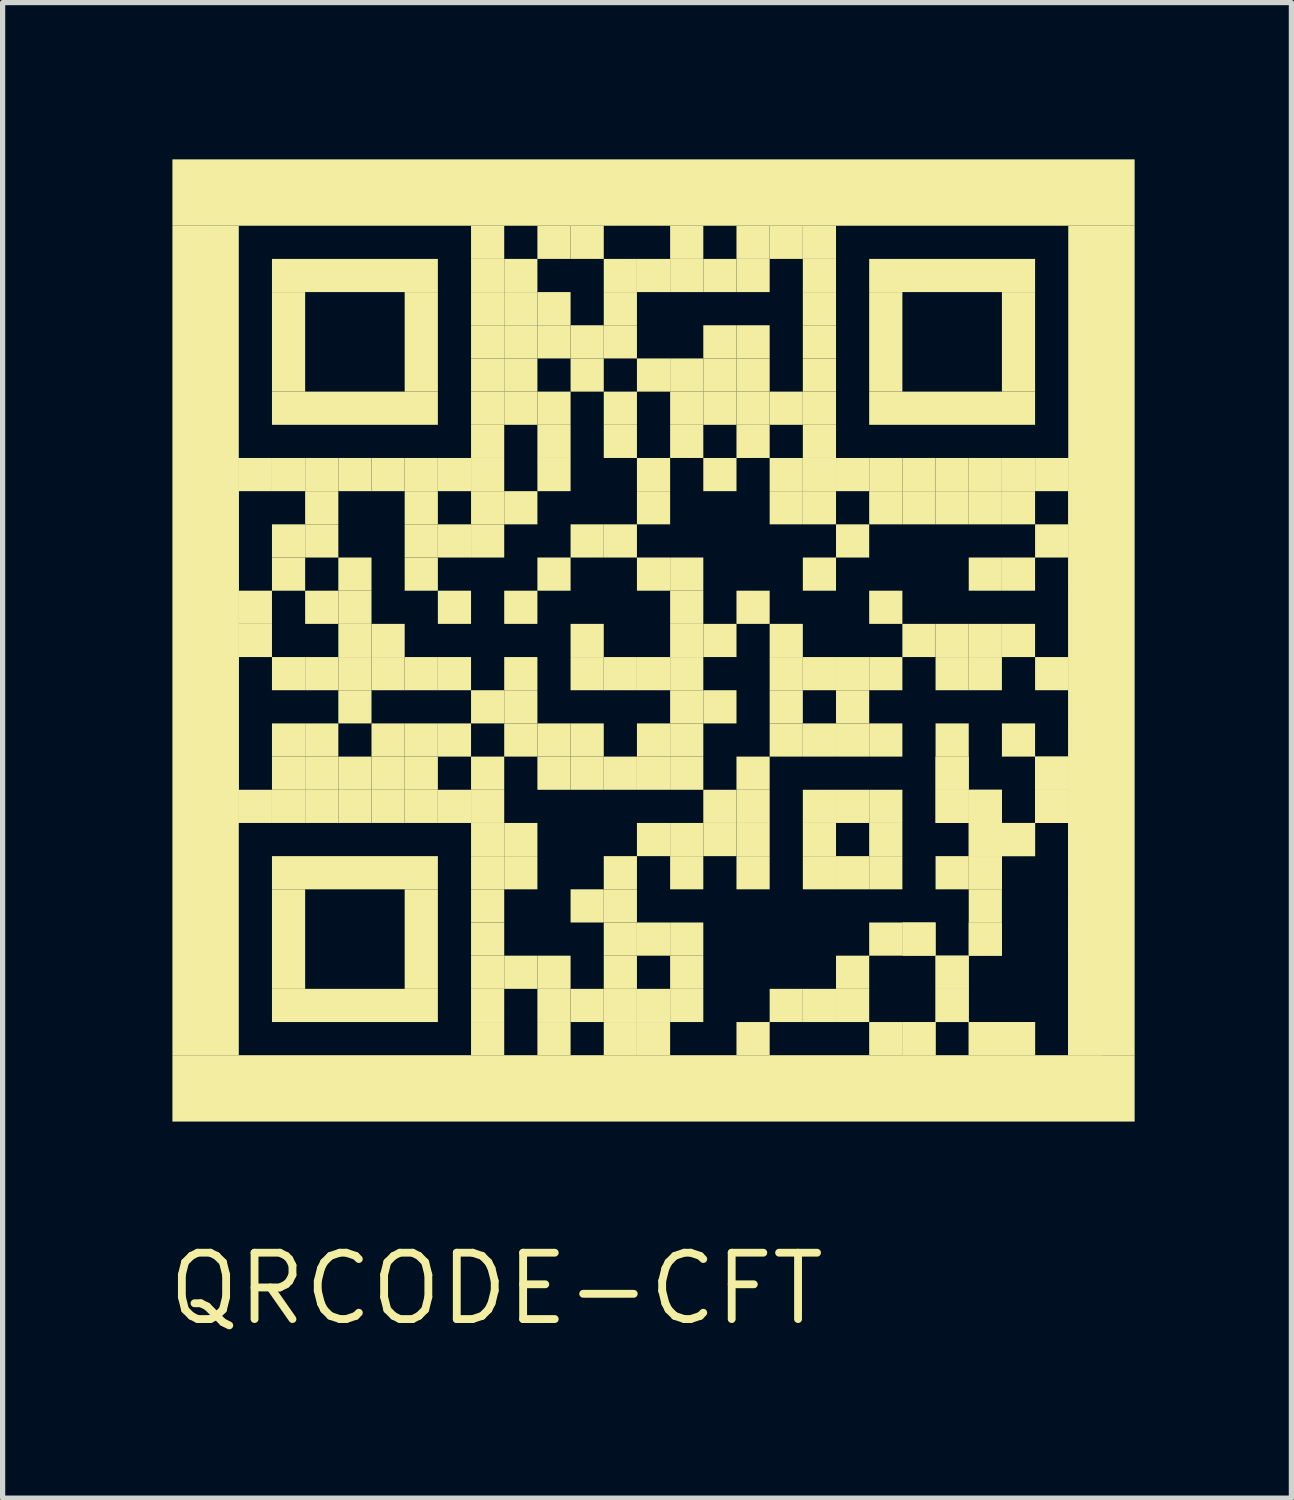
<source format=kicad_pcb>
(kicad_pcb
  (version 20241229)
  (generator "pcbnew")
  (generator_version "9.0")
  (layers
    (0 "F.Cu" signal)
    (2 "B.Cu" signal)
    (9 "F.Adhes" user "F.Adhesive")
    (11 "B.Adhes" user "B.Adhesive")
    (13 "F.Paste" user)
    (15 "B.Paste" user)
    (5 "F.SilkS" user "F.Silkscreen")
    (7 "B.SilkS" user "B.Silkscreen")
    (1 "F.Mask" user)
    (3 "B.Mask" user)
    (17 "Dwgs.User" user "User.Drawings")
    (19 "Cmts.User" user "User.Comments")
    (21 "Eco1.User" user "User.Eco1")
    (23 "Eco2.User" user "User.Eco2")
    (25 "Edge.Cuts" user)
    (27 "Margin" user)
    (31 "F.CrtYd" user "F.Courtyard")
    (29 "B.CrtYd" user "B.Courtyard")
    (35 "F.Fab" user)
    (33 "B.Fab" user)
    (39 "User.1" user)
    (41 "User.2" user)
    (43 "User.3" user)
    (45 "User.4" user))
  (footprint "QRCODE-CFT"
    (layer "F.Cu")
    (at 0.25 18.415)
    (property "Reference" "QRCODE-CFT" (at 6.198 3.2 0) (layer "F.SilkS") (effects (font (size 1.27 1.27) (thickness 0.15))))
    (attr through_hole)
    (fp_poly (pts (xy 0 -17.145) (xy 18.415 -17.145) (xy 18.415 -18.415) (xy 0 -18.415)) (stroke (width 0) (type solid)) (fill yes) (layer "F.SilkS"))
    (fp_poly (pts (xy 0 -1.27) (xy 1.27 -1.27) (xy 1.27 -17.145) (xy 0 -17.145)) (stroke (width 0) (type solid)) (fill yes) (layer "F.SilkS"))
    (fp_poly (pts (xy 0 0) (xy 18.415 0) (xy 18.415 -1.27) (xy 0 -1.27)) (stroke (width 0) (type solid)) (fill yes) (layer "F.SilkS"))
    (fp_poly (pts (xy 1.27 -12.065) (xy 1.27 -12.7) (xy 0.635 -12.7) (xy 0.635 -12.065)) (stroke (width 0) (type solid)) (fill yes) (layer "F.SilkS"))
    (fp_poly (pts (xy 1.27 -11.43) (xy 1.27 -12.065) (xy 0.635 -12.065) (xy 0.635 -11.43)) (stroke (width 0) (type solid)) (fill yes) (layer "F.SilkS"))
    (fp_poly (pts (xy 1.27 -10.795) (xy 1.27 -11.43) (xy 0.635 -11.43) (xy 0.635 -10.795)) (stroke (width 0) (type solid)) (fill yes) (layer "F.SilkS"))
    (fp_poly (pts (xy 1.27 -10.16) (xy 1.27 -10.795) (xy 0.635 -10.795) (xy 0.635 -10.16)) (stroke (width 0) (type solid)) (fill yes) (layer "F.SilkS"))
    (fp_poly (pts (xy 1.27 -9.525) (xy 1.27 -10.16) (xy 0.635 -10.16) (xy 0.635 -9.525)) (stroke (width 0) (type solid)) (fill yes) (layer "F.SilkS"))
    (fp_poly (pts (xy 1.27 -8.89) (xy 1.27 -9.525) (xy 0.635 -9.525) (xy 0.635 -8.89)) (stroke (width 0) (type solid)) (fill yes) (layer "F.SilkS"))
    (fp_poly (pts (xy 1.27 -8.255) (xy 1.27 -8.89) (xy 0.635 -8.89) (xy 0.635 -8.255)) (stroke (width 0) (type solid)) (fill yes) (layer "F.SilkS"))
    (fp_poly (pts (xy 1.27 -7.62) (xy 1.27 -8.255) (xy 0.635 -8.255) (xy 0.635 -7.62)) (stroke (width 0) (type solid)) (fill yes) (layer "F.SilkS"))
    (fp_poly (pts (xy 1.27 -6.985) (xy 1.27 -7.62) (xy 0.635 -7.62) (xy 0.635 -6.985)) (stroke (width 0) (type solid)) (fill yes) (layer "F.SilkS"))
    (fp_poly (pts (xy 1.27 -6.35) (xy 1.27 -6.985) (xy 0.635 -6.985) (xy 0.635 -6.35)) (stroke (width 0) (type solid)) (fill yes) (layer "F.SilkS"))
    (fp_poly (pts (xy 1.27 -5.715) (xy 1.27 -6.35) (xy 0.635 -6.35) (xy 0.635 -5.715)) (stroke (width 0) (type solid)) (fill yes) (layer "F.SilkS"))
    (fp_poly (pts (xy 1.905 -15.875) (xy 5.08 -15.875) (xy 5.08 -16.51) (xy 1.905 -16.51)) (stroke (width 0) (type solid)) (fill yes) (layer "F.SilkS"))
    (fp_poly (pts (xy 1.905 -13.97) (xy 2.54 -13.97) (xy 2.54 -15.875) (xy 1.905 -15.875)) (stroke (width 0) (type solid)) (fill yes) (layer "F.SilkS"))
    (fp_poly (pts (xy 1.905 -13.335) (xy 5.08 -13.335) (xy 5.08 -13.97) (xy 1.905 -13.97)) (stroke (width 0) (type solid)) (fill yes) (layer "F.SilkS"))
    (fp_poly (pts (xy 1.905 -12.065) (xy 1.905 -12.7) (xy 1.27 -12.7) (xy 1.27 -12.065)) (stroke (width 0) (type solid)) (fill yes) (layer "F.SilkS"))
    (fp_poly (pts (xy 1.905 -9.525) (xy 1.905 -10.16) (xy 1.27 -10.16) (xy 1.27 -9.525)) (stroke (width 0) (type solid)) (fill yes) (layer "F.SilkS"))
    (fp_poly (pts (xy 1.905 -8.89) (xy 1.905 -9.525) (xy 1.27 -9.525) (xy 1.27 -8.89)) (stroke (width 0) (type solid)) (fill yes) (layer "F.SilkS"))
    (fp_poly (pts (xy 1.905 -5.715) (xy 1.905 -6.35) (xy 1.27 -6.35) (xy 1.27 -5.715)) (stroke (width 0) (type solid)) (fill yes) (layer "F.SilkS"))
    (fp_poly (pts (xy 1.905 -4.445) (xy 5.08 -4.445) (xy 5.08 -5.08) (xy 1.905 -5.08)) (stroke (width 0) (type solid)) (fill yes) (layer "F.SilkS"))
    (fp_poly (pts (xy 1.905 -2.54) (xy 2.54 -2.54) (xy 2.54 -4.445) (xy 1.905 -4.445)) (stroke (width 0) (type solid)) (fill yes) (layer "F.SilkS"))
    (fp_poly (pts (xy 1.905 -1.905) (xy 5.08 -1.905) (xy 5.08 -2.54) (xy 1.905 -2.54)) (stroke (width 0) (type solid)) (fill yes) (layer "F.SilkS"))
    (fp_poly (pts (xy 2.54 -12.065) (xy 2.54 -12.7) (xy 1.905 -12.7) (xy 1.905 -12.065)) (stroke (width 0) (type solid)) (fill yes) (layer "F.SilkS"))
    (fp_poly (pts (xy 2.54 -10.795) (xy 2.54 -11.43) (xy 1.905 -11.43) (xy 1.905 -10.795)) (stroke (width 0) (type solid)) (fill yes) (layer "F.SilkS"))
    (fp_poly (pts (xy 2.54 -10.16) (xy 2.54 -10.795) (xy 1.905 -10.795) (xy 1.905 -10.16)) (stroke (width 0) (type solid)) (fill yes) (layer "F.SilkS"))
    (fp_poly (pts (xy 2.54 -8.255) (xy 2.54 -8.89) (xy 1.905 -8.89) (xy 1.905 -8.255)) (stroke (width 0) (type solid)) (fill yes) (layer "F.SilkS"))
    (fp_poly (pts (xy 2.54 -6.985) (xy 2.54 -7.62) (xy 1.905 -7.62) (xy 1.905 -6.985)) (stroke (width 0) (type solid)) (fill yes) (layer "F.SilkS"))
    (fp_poly (pts (xy 2.54 -6.35) (xy 2.54 -6.985) (xy 1.905 -6.985) (xy 1.905 -6.35)) (stroke (width 0) (type solid)) (fill yes) (layer "F.SilkS"))
    (fp_poly (pts (xy 2.54 -5.715) (xy 2.54 -6.35) (xy 1.905 -6.35) (xy 1.905 -5.715)) (stroke (width 0) (type solid)) (fill yes) (layer "F.SilkS"))
    (fp_poly (pts (xy 3.175 -12.065) (xy 3.175 -12.7) (xy 2.54 -12.7) (xy 2.54 -12.065)) (stroke (width 0) (type solid)) (fill yes) (layer "F.SilkS"))
    (fp_poly (pts (xy 3.175 -11.43) (xy 3.175 -12.065) (xy 2.54 -12.065) (xy 2.54 -11.43)) (stroke (width 0) (type solid)) (fill yes) (layer "F.SilkS"))
    (fp_poly (pts (xy 3.175 -10.795) (xy 3.175 -11.43) (xy 2.54 -11.43) (xy 2.54 -10.795)) (stroke (width 0) (type solid)) (fill yes) (layer "F.SilkS"))
    (fp_poly (pts (xy 3.175 -9.525) (xy 3.175 -10.16) (xy 2.54 -10.16) (xy 2.54 -9.525)) (stroke (width 0) (type solid)) (fill yes) (layer "F.SilkS"))
    (fp_poly (pts (xy 3.175 -8.255) (xy 3.175 -8.89) (xy 2.54 -8.89) (xy 2.54 -8.255)) (stroke (width 0) (type solid)) (fill yes) (layer "F.SilkS"))
    (fp_poly (pts (xy 3.175 -6.985) (xy 3.175 -7.62) (xy 2.54 -7.62) (xy 2.54 -6.985)) (stroke (width 0) (type solid)) (fill yes) (layer "F.SilkS"))
    (fp_poly (pts (xy 3.175 -6.35) (xy 3.175 -6.985) (xy 2.54 -6.985) (xy 2.54 -6.35)) (stroke (width 0) (type solid)) (fill yes) (layer "F.SilkS"))
    (fp_poly (pts (xy 3.175 -5.715) (xy 3.175 -6.35) (xy 2.54 -6.35) (xy 2.54 -5.715)) (stroke (width 0) (type solid)) (fill yes) (layer "F.SilkS"))
    (fp_poly (pts (xy 3.81 -12.065) (xy 3.81 -12.7) (xy 3.175 -12.7) (xy 3.175 -12.065)) (stroke (width 0) (type solid)) (fill yes) (layer "F.SilkS"))
    (fp_poly (pts (xy 3.81 -10.16) (xy 3.81 -10.795) (xy 3.175 -10.795) (xy 3.175 -10.16)) (stroke (width 0) (type solid)) (fill yes) (layer "F.SilkS"))
    (fp_poly (pts (xy 3.81 -9.525) (xy 3.81 -10.16) (xy 3.175 -10.16) (xy 3.175 -9.525)) (stroke (width 0) (type solid)) (fill yes) (layer "F.SilkS"))
    (fp_poly (pts (xy 3.81 -8.89) (xy 3.81 -9.525) (xy 3.175 -9.525) (xy 3.175 -8.89)) (stroke (width 0) (type solid)) (fill yes) (layer "F.SilkS"))
    (fp_poly (pts (xy 3.81 -8.255) (xy 3.81 -8.89) (xy 3.175 -8.89) (xy 3.175 -8.255)) (stroke (width 0) (type solid)) (fill yes) (layer "F.SilkS"))
    (fp_poly (pts (xy 3.81 -7.62) (xy 3.81 -8.255) (xy 3.175 -8.255) (xy 3.175 -7.62)) (stroke (width 0) (type solid)) (fill yes) (layer "F.SilkS"))
    (fp_poly (pts (xy 3.81 -6.35) (xy 3.81 -6.985) (xy 3.175 -6.985) (xy 3.175 -6.35)) (stroke (width 0) (type solid)) (fill yes) (layer "F.SilkS"))
    (fp_poly (pts (xy 3.81 -5.715) (xy 3.81 -6.35) (xy 3.175 -6.35) (xy 3.175 -5.715)) (stroke (width 0) (type solid)) (fill yes) (layer "F.SilkS"))
    (fp_poly (pts (xy 4.445 -13.97) (xy 5.08 -13.97) (xy 5.08 -15.875) (xy 4.445 -15.875)) (stroke (width 0) (type solid)) (fill yes) (layer "F.SilkS"))
    (fp_poly (pts (xy 4.445 -12.065) (xy 4.445 -12.7) (xy 3.81 -12.7) (xy 3.81 -12.065)) (stroke (width 0) (type solid)) (fill yes) (layer "F.SilkS"))
    (fp_poly (pts (xy 4.445 -8.89) (xy 4.445 -9.525) (xy 3.81 -9.525) (xy 3.81 -8.89)) (stroke (width 0) (type solid)) (fill yes) (layer "F.SilkS"))
    (fp_poly (pts (xy 4.445 -8.255) (xy 4.445 -8.89) (xy 3.81 -8.89) (xy 3.81 -8.255)) (stroke (width 0) (type solid)) (fill yes) (layer "F.SilkS"))
    (fp_poly (pts (xy 4.445 -6.985) (xy 4.445 -7.62) (xy 3.81 -7.62) (xy 3.81 -6.985)) (stroke (width 0) (type solid)) (fill yes) (layer "F.SilkS"))
    (fp_poly (pts (xy 4.445 -6.35) (xy 4.445 -6.985) (xy 3.81 -6.985) (xy 3.81 -6.35)) (stroke (width 0) (type solid)) (fill yes) (layer "F.SilkS"))
    (fp_poly (pts (xy 4.445 -5.715) (xy 4.445 -6.35) (xy 3.81 -6.35) (xy 3.81 -5.715)) (stroke (width 0) (type solid)) (fill yes) (layer "F.SilkS"))
    (fp_poly (pts (xy 4.445 -2.54) (xy 5.08 -2.54) (xy 5.08 -4.445) (xy 4.445 -4.445)) (stroke (width 0) (type solid)) (fill yes) (layer "F.SilkS"))
    (fp_poly (pts (xy 5.08 -12.065) (xy 5.08 -12.7) (xy 4.445 -12.7) (xy 4.445 -12.065)) (stroke (width 0) (type solid)) (fill yes) (layer "F.SilkS"))
    (fp_poly (pts (xy 5.08 -11.43) (xy 5.08 -12.065) (xy 4.445 -12.065) (xy 4.445 -11.43)) (stroke (width 0) (type solid)) (fill yes) (layer "F.SilkS"))
    (fp_poly (pts (xy 5.08 -10.795) (xy 5.08 -11.43) (xy 4.445 -11.43) (xy 4.445 -10.795)) (stroke (width 0) (type solid)) (fill yes) (layer "F.SilkS"))
    (fp_poly (pts (xy 5.08 -10.16) (xy 5.08 -10.795) (xy 4.445 -10.795) (xy 4.445 -10.16)) (stroke (width 0) (type solid)) (fill yes) (layer "F.SilkS"))
    (fp_poly (pts (xy 5.08 -8.255) (xy 5.08 -8.89) (xy 4.445 -8.89) (xy 4.445 -8.255)) (stroke (width 0) (type solid)) (fill yes) (layer "F.SilkS"))
    (fp_poly (pts (xy 5.08 -6.985) (xy 5.08 -7.62) (xy 4.445 -7.62) (xy 4.445 -6.985)) (stroke (width 0) (type solid)) (fill yes) (layer "F.SilkS"))
    (fp_poly (pts (xy 5.08 -6.35) (xy 5.08 -6.985) (xy 4.445 -6.985) (xy 4.445 -6.35)) (stroke (width 0) (type solid)) (fill yes) (layer "F.SilkS"))
    (fp_poly (pts (xy 5.08 -5.715) (xy 5.08 -6.35) (xy 4.445 -6.35) (xy 4.445 -5.715)) (stroke (width 0) (type solid)) (fill yes) (layer "F.SilkS"))
    (fp_poly (pts (xy 5.715 -12.065) (xy 5.715 -12.7) (xy 5.08 -12.7) (xy 5.08 -12.065)) (stroke (width 0) (type solid)) (fill yes) (layer "F.SilkS"))
    (fp_poly (pts (xy 5.715 -10.795) (xy 5.715 -11.43) (xy 5.08 -11.43) (xy 5.08 -10.795)) (stroke (width 0) (type solid)) (fill yes) (layer "F.SilkS"))
    (fp_poly (pts (xy 5.715 -9.525) (xy 5.715 -10.16) (xy 5.08 -10.16) (xy 5.08 -9.525)) (stroke (width 0) (type solid)) (fill yes) (layer "F.SilkS"))
    (fp_poly (pts (xy 5.715 -8.255) (xy 5.715 -8.89) (xy 5.08 -8.89) (xy 5.08 -8.255)) (stroke (width 0) (type solid)) (fill yes) (layer "F.SilkS"))
    (fp_poly (pts (xy 5.715 -6.985) (xy 5.715 -7.62) (xy 5.08 -7.62) (xy 5.08 -6.985)) (stroke (width 0) (type solid)) (fill yes) (layer "F.SilkS"))
    (fp_poly (pts (xy 5.715 -5.715) (xy 5.715 -6.35) (xy 5.08 -6.35) (xy 5.08 -5.715)) (stroke (width 0) (type solid)) (fill yes) (layer "F.SilkS"))
    (fp_poly (pts (xy 6.35 -16.51) (xy 6.35 -17.145) (xy 5.715 -17.145) (xy 5.715 -16.51)) (stroke (width 0) (type solid)) (fill yes) (layer "F.SilkS"))
    (fp_poly (pts (xy 6.35 -15.875) (xy 6.35 -16.51) (xy 5.715 -16.51) (xy 5.715 -15.875)) (stroke (width 0) (type solid)) (fill yes) (layer "F.SilkS"))
    (fp_poly (pts (xy 6.35 -15.24) (xy 6.35 -15.875) (xy 5.715 -15.875) (xy 5.715 -15.24)) (stroke (width 0) (type solid)) (fill yes) (layer "F.SilkS"))
    (fp_poly (pts (xy 6.35 -14.605) (xy 6.35 -15.24) (xy 5.715 -15.24) (xy 5.715 -14.605)) (stroke (width 0) (type solid)) (fill yes) (layer "F.SilkS"))
    (fp_poly (pts (xy 6.35 -13.97) (xy 6.35 -14.605) (xy 5.715 -14.605) (xy 5.715 -13.97)) (stroke (width 0) (type solid)) (fill yes) (layer "F.SilkS"))
    (fp_poly (pts (xy 6.35 -13.335) (xy 6.35 -13.97) (xy 5.715 -13.97) (xy 5.715 -13.335)) (stroke (width 0) (type solid)) (fill yes) (layer "F.SilkS"))
    (fp_poly (pts (xy 6.35 -12.7) (xy 6.35 -13.335) (xy 5.715 -13.335) (xy 5.715 -12.7)) (stroke (width 0) (type solid)) (fill yes) (layer "F.SilkS"))
    (fp_poly (pts (xy 6.35 -12.065) (xy 6.35 -12.7) (xy 5.715 -12.7) (xy 5.715 -12.065)) (stroke (width 0) (type solid)) (fill yes) (layer "F.SilkS"))
    (fp_poly (pts (xy 6.35 -11.43) (xy 6.35 -12.065) (xy 5.715 -12.065) (xy 5.715 -11.43)) (stroke (width 0) (type solid)) (fill yes) (layer "F.SilkS"))
    (fp_poly (pts (xy 6.35 -10.795) (xy 6.35 -11.43) (xy 5.715 -11.43) (xy 5.715 -10.795)) (stroke (width 0) (type solid)) (fill yes) (layer "F.SilkS"))
    (fp_poly (pts (xy 6.35 -7.62) (xy 6.35 -8.255) (xy 5.715 -8.255) (xy 5.715 -7.62)) (stroke (width 0) (type solid)) (fill yes) (layer "F.SilkS"))
    (fp_poly (pts (xy 6.35 -6.35) (xy 6.35 -6.985) (xy 5.715 -6.985) (xy 5.715 -6.35)) (stroke (width 0) (type solid)) (fill yes) (layer "F.SilkS"))
    (fp_poly (pts (xy 6.35 -5.715) (xy 6.35 -6.35) (xy 5.715 -6.35) (xy 5.715 -5.715)) (stroke (width 0) (type solid)) (fill yes) (layer "F.SilkS"))
    (fp_poly (pts (xy 6.35 -5.08) (xy 6.35 -5.715) (xy 5.715 -5.715) (xy 5.715 -5.08)) (stroke (width 0) (type solid)) (fill yes) (layer "F.SilkS"))
    (fp_poly (pts (xy 6.35 -4.445) (xy 6.35 -5.08) (xy 5.715 -5.08) (xy 5.715 -4.445)) (stroke (width 0) (type solid)) (fill yes) (layer "F.SilkS"))
    (fp_poly (pts (xy 6.35 -3.81) (xy 6.35 -4.445) (xy 5.715 -4.445) (xy 5.715 -3.81)) (stroke (width 0) (type solid)) (fill yes) (layer "F.SilkS"))
    (fp_poly (pts (xy 6.35 -3.175) (xy 6.35 -3.81) (xy 5.715 -3.81) (xy 5.715 -3.175)) (stroke (width 0) (type solid)) (fill yes) (layer "F.SilkS"))
    (fp_poly (pts (xy 6.35 -2.54) (xy 6.35 -3.175) (xy 5.715 -3.175) (xy 5.715 -2.54)) (stroke (width 0) (type solid)) (fill yes) (layer "F.SilkS"))
    (fp_poly (pts (xy 6.35 -1.905) (xy 6.35 -2.54) (xy 5.715 -2.54) (xy 5.715 -1.905)) (stroke (width 0) (type solid)) (fill yes) (layer "F.SilkS"))
    (fp_poly (pts (xy 6.35 -1.27) (xy 6.35 -1.905) (xy 5.715 -1.905) (xy 5.715 -1.27)) (stroke (width 0) (type solid)) (fill yes) (layer "F.SilkS"))
    (fp_poly (pts (xy 6.985 -15.875) (xy 6.985 -16.51) (xy 6.35 -16.51) (xy 6.35 -15.875)) (stroke (width 0) (type solid)) (fill yes) (layer "F.SilkS"))
    (fp_poly (pts (xy 6.985 -15.24) (xy 6.985 -15.875) (xy 6.35 -15.875) (xy 6.35 -15.24)) (stroke (width 0) (type solid)) (fill yes) (layer "F.SilkS"))
    (fp_poly (pts (xy 6.985 -14.605) (xy 6.985 -15.24) (xy 6.35 -15.24) (xy 6.35 -14.605)) (stroke (width 0) (type solid)) (fill yes) (layer "F.SilkS"))
    (fp_poly (pts (xy 6.985 -13.97) (xy 6.985 -14.605) (xy 6.35 -14.605) (xy 6.35 -13.97)) (stroke (width 0) (type solid)) (fill yes) (layer "F.SilkS"))
    (fp_poly (pts (xy 6.985 -13.335) (xy 6.985 -13.97) (xy 6.35 -13.97) (xy 6.35 -13.335)) (stroke (width 0) (type solid)) (fill yes) (layer "F.SilkS"))
    (fp_poly (pts (xy 6.985 -11.43) (xy 6.985 -12.065) (xy 6.35 -12.065) (xy 6.35 -11.43)) (stroke (width 0) (type solid)) (fill yes) (layer "F.SilkS"))
    (fp_poly (pts (xy 6.985 -9.525) (xy 6.985 -10.16) (xy 6.35 -10.16) (xy 6.35 -9.525)) (stroke (width 0) (type solid)) (fill yes) (layer "F.SilkS"))
    (fp_poly (pts (xy 6.985 -8.255) (xy 6.985 -8.89) (xy 6.35 -8.89) (xy 6.35 -8.255)) (stroke (width 0) (type solid)) (fill yes) (layer "F.SilkS"))
    (fp_poly (pts (xy 6.985 -7.62) (xy 6.985 -8.255) (xy 6.35 -8.255) (xy 6.35 -7.62)) (stroke (width 0) (type solid)) (fill yes) (layer "F.SilkS"))
    (fp_poly (pts (xy 6.985 -6.985) (xy 6.985 -7.62) (xy 6.35 -7.62) (xy 6.35 -6.985)) (stroke (width 0) (type solid)) (fill yes) (layer "F.SilkS"))
    (fp_poly (pts (xy 6.985 -5.08) (xy 6.985 -5.715) (xy 6.35 -5.715) (xy 6.35 -5.08)) (stroke (width 0) (type solid)) (fill yes) (layer "F.SilkS"))
    (fp_poly (pts (xy 6.985 -4.445) (xy 6.985 -5.08) (xy 6.35 -5.08) (xy 6.35 -4.445)) (stroke (width 0) (type solid)) (fill yes) (layer "F.SilkS"))
    (fp_poly (pts (xy 6.985 -2.54) (xy 6.985 -3.175) (xy 6.35 -3.175) (xy 6.35 -2.54)) (stroke (width 0) (type solid)) (fill yes) (layer "F.SilkS"))
    (fp_poly (pts (xy 7.62 -16.51) (xy 7.62 -17.145) (xy 6.985 -17.145) (xy 6.985 -16.51)) (stroke (width 0) (type solid)) (fill yes) (layer "F.SilkS"))
    (fp_poly (pts (xy 7.62 -15.24) (xy 7.62 -15.875) (xy 6.985 -15.875) (xy 6.985 -15.24)) (stroke (width 0) (type solid)) (fill yes) (layer "F.SilkS"))
    (fp_poly (pts (xy 7.62 -14.605) (xy 7.62 -15.24) (xy 6.985 -15.24) (xy 6.985 -14.605)) (stroke (width 0) (type solid)) (fill yes) (layer "F.SilkS"))
    (fp_poly (pts (xy 7.62 -13.335) (xy 7.62 -13.97) (xy 6.985 -13.97) (xy 6.985 -13.335)) (stroke (width 0) (type solid)) (fill yes) (layer "F.SilkS"))
    (fp_poly (pts (xy 7.62 -12.7) (xy 7.62 -13.335) (xy 6.985 -13.335) (xy 6.985 -12.7)) (stroke (width 0) (type solid)) (fill yes) (layer "F.SilkS"))
    (fp_poly (pts (xy 7.62 -12.065) (xy 7.62 -12.7) (xy 6.985 -12.7) (xy 6.985 -12.065)) (stroke (width 0) (type solid)) (fill yes) (layer "F.SilkS"))
    (fp_poly (pts (xy 7.62 -10.16) (xy 7.62 -10.795) (xy 6.985 -10.795) (xy 6.985 -10.16)) (stroke (width 0) (type solid)) (fill yes) (layer "F.SilkS"))
    (fp_poly (pts (xy 7.62 -6.985) (xy 7.62 -7.62) (xy 6.985 -7.62) (xy 6.985 -6.985)) (stroke (width 0) (type solid)) (fill yes) (layer "F.SilkS"))
    (fp_poly (pts (xy 7.62 -6.35) (xy 7.62 -6.985) (xy 6.985 -6.985) (xy 6.985 -6.35)) (stroke (width 0) (type solid)) (fill yes) (layer "F.SilkS"))
    (fp_poly (pts (xy 7.62 -2.54) (xy 7.62 -3.175) (xy 6.985 -3.175) (xy 6.985 -2.54)) (stroke (width 0) (type solid)) (fill yes) (layer "F.SilkS"))
    (fp_poly (pts (xy 7.62 -1.905) (xy 7.62 -2.54) (xy 6.985 -2.54) (xy 6.985 -1.905)) (stroke (width 0) (type solid)) (fill yes) (layer "F.SilkS"))
    (fp_poly (pts (xy 7.62 -1.27) (xy 7.62 -1.905) (xy 6.985 -1.905) (xy 6.985 -1.27)) (stroke (width 0) (type solid)) (fill yes) (layer "F.SilkS"))
    (fp_poly (pts (xy 8.255 -16.51) (xy 8.255 -17.145) (xy 7.62 -17.145) (xy 7.62 -16.51)) (stroke (width 0) (type solid)) (fill yes) (layer "F.SilkS"))
    (fp_poly (pts (xy 8.255 -14.605) (xy 8.255 -15.24) (xy 7.62 -15.24) (xy 7.62 -14.605)) (stroke (width 0) (type solid)) (fill yes) (layer "F.SilkS"))
    (fp_poly (pts (xy 8.255 -13.97) (xy 8.255 -14.605) (xy 7.62 -14.605) (xy 7.62 -13.97)) (stroke (width 0) (type solid)) (fill yes) (layer "F.SilkS"))
    (fp_poly (pts (xy 8.255 -10.795) (xy 8.255 -11.43) (xy 7.62 -11.43) (xy 7.62 -10.795)) (stroke (width 0) (type solid)) (fill yes) (layer "F.SilkS"))
    (fp_poly (pts (xy 8.255 -8.89) (xy 8.255 -9.525) (xy 7.62 -9.525) (xy 7.62 -8.89)) (stroke (width 0) (type solid)) (fill yes) (layer "F.SilkS"))
    (fp_poly (pts (xy 8.255 -8.255) (xy 8.255 -8.89) (xy 7.62 -8.89) (xy 7.62 -8.255)) (stroke (width 0) (type solid)) (fill yes) (layer "F.SilkS"))
    (fp_poly (pts (xy 8.255 -6.985) (xy 8.255 -7.62) (xy 7.62 -7.62) (xy 7.62 -6.985)) (stroke (width 0) (type solid)) (fill yes) (layer "F.SilkS"))
    (fp_poly (pts (xy 8.255 -6.35) (xy 8.255 -6.985) (xy 7.62 -6.985) (xy 7.62 -6.35)) (stroke (width 0) (type solid)) (fill yes) (layer "F.SilkS"))
    (fp_poly (pts (xy 8.255 -3.81) (xy 8.255 -4.445) (xy 7.62 -4.445) (xy 7.62 -3.81)) (stroke (width 0) (type solid)) (fill yes) (layer "F.SilkS"))
    (fp_poly (pts (xy 8.255 -1.905) (xy 8.255 -2.54) (xy 7.62 -2.54) (xy 7.62 -1.905)) (stroke (width 0) (type solid)) (fill yes) (layer "F.SilkS"))
    (fp_poly (pts (xy 8.89 -15.875) (xy 8.89 -16.51) (xy 8.255 -16.51) (xy 8.255 -15.875)) (stroke (width 0) (type solid)) (fill yes) (layer "F.SilkS"))
    (fp_poly (pts (xy 8.89 -15.24) (xy 8.89 -15.875) (xy 8.255 -15.875) (xy 8.255 -15.24)) (stroke (width 0) (type solid)) (fill yes) (layer "F.SilkS"))
    (fp_poly (pts (xy 8.89 -14.605) (xy 8.89 -15.24) (xy 8.255 -15.24) (xy 8.255 -14.605)) (stroke (width 0) (type solid)) (fill yes) (layer "F.SilkS"))
    (fp_poly (pts (xy 8.89 -13.335) (xy 8.89 -13.97) (xy 8.255 -13.97) (xy 8.255 -13.335)) (stroke (width 0) (type solid)) (fill yes) (layer "F.SilkS"))
    (fp_poly (pts (xy 8.89 -12.7) (xy 8.89 -13.335) (xy 8.255 -13.335) (xy 8.255 -12.7)) (stroke (width 0) (type solid)) (fill yes) (layer "F.SilkS"))
    (fp_poly (pts (xy 8.89 -10.795) (xy 8.89 -11.43) (xy 8.255 -11.43) (xy 8.255 -10.795)) (stroke (width 0) (type solid)) (fill yes) (layer "F.SilkS"))
    (fp_poly (pts (xy 8.89 -8.255) (xy 8.89 -8.89) (xy 8.255 -8.89) (xy 8.255 -8.255)) (stroke (width 0) (type solid)) (fill yes) (layer "F.SilkS"))
    (fp_poly (pts (xy 8.89 -6.35) (xy 8.89 -6.985) (xy 8.255 -6.985) (xy 8.255 -6.35)) (stroke (width 0) (type solid)) (fill yes) (layer "F.SilkS"))
    (fp_poly (pts (xy 8.89 -4.445) (xy 8.89 -5.08) (xy 8.255 -5.08) (xy 8.255 -4.445)) (stroke (width 0) (type solid)) (fill yes) (layer "F.SilkS"))
    (fp_poly (pts (xy 8.89 -3.81) (xy 8.89 -4.445) (xy 8.255 -4.445) (xy 8.255 -3.81)) (stroke (width 0) (type solid)) (fill yes) (layer "F.SilkS"))
    (fp_poly (pts (xy 8.89 -3.175) (xy 8.89 -3.81) (xy 8.255 -3.81) (xy 8.255 -3.175)) (stroke (width 0) (type solid)) (fill yes) (layer "F.SilkS"))
    (fp_poly (pts (xy 8.89 -2.54) (xy 8.89 -3.175) (xy 8.255 -3.175) (xy 8.255 -2.54)) (stroke (width 0) (type solid)) (fill yes) (layer "F.SilkS"))
    (fp_poly (pts (xy 8.89 -1.905) (xy 8.89 -2.54) (xy 8.255 -2.54) (xy 8.255 -1.905)) (stroke (width 0) (type solid)) (fill yes) (layer "F.SilkS"))
    (fp_poly (pts (xy 8.89 -1.27) (xy 8.89 -1.905) (xy 8.255 -1.905) (xy 8.255 -1.27)) (stroke (width 0) (type solid)) (fill yes) (layer "F.SilkS"))
    (fp_poly (pts (xy 9.525 -15.875) (xy 9.525 -16.51) (xy 8.89 -16.51) (xy 8.89 -15.875)) (stroke (width 0) (type solid)) (fill yes) (layer "F.SilkS"))
    (fp_poly (pts (xy 9.525 -13.97) (xy 9.525 -14.605) (xy 8.89 -14.605) (xy 8.89 -13.97)) (stroke (width 0) (type solid)) (fill yes) (layer "F.SilkS"))
    (fp_poly (pts (xy 9.525 -12.065) (xy 9.525 -12.7) (xy 8.89 -12.7) (xy 8.89 -12.065)) (stroke (width 0) (type solid)) (fill yes) (layer "F.SilkS"))
    (fp_poly (pts (xy 9.525 -11.43) (xy 9.525 -12.065) (xy 8.89 -12.065) (xy 8.89 -11.43)) (stroke (width 0) (type solid)) (fill yes) (layer "F.SilkS"))
    (fp_poly (pts (xy 9.525 -10.16) (xy 9.525 -10.795) (xy 8.89 -10.795) (xy 8.89 -10.16)) (stroke (width 0) (type solid)) (fill yes) (layer "F.SilkS"))
    (fp_poly (pts (xy 9.525 -8.255) (xy 9.525 -8.89) (xy 8.89 -8.89) (xy 8.89 -8.255)) (stroke (width 0) (type solid)) (fill yes) (layer "F.SilkS"))
    (fp_poly (pts (xy 9.525 -6.985) (xy 9.525 -7.62) (xy 8.89 -7.62) (xy 8.89 -6.985)) (stroke (width 0) (type solid)) (fill yes) (layer "F.SilkS"))
    (fp_poly (pts (xy 9.525 -6.35) (xy 9.525 -6.985) (xy 8.89 -6.985) (xy 8.89 -6.35)) (stroke (width 0) (type solid)) (fill yes) (layer "F.SilkS"))
    (fp_poly (pts (xy 9.525 -5.08) (xy 9.525 -5.715) (xy 8.89 -5.715) (xy 8.89 -5.08)) (stroke (width 0) (type solid)) (fill yes) (layer "F.SilkS"))
    (fp_poly (pts (xy 9.525 -3.175) (xy 9.525 -3.81) (xy 8.89 -3.81) (xy 8.89 -3.175)) (stroke (width 0) (type solid)) (fill yes) (layer "F.SilkS"))
    (fp_poly (pts (xy 9.525 -1.905) (xy 9.525 -2.54) (xy 8.89 -2.54) (xy 8.89 -1.905)) (stroke (width 0) (type solid)) (fill yes) (layer "F.SilkS"))
    (fp_poly (pts (xy 9.525 -1.27) (xy 9.525 -1.905) (xy 8.89 -1.905) (xy 8.89 -1.27)) (stroke (width 0) (type solid)) (fill yes) (layer "F.SilkS"))
    (fp_poly (pts (xy 10.16 -16.51) (xy 10.16 -17.145) (xy 9.525 -17.145) (xy 9.525 -16.51)) (stroke (width 0) (type solid)) (fill yes) (layer "F.SilkS"))
    (fp_poly (pts (xy 10.16 -15.875) (xy 10.16 -16.51) (xy 9.525 -16.51) (xy 9.525 -15.875)) (stroke (width 0) (type solid)) (fill yes) (layer "F.SilkS"))
    (fp_poly (pts (xy 10.16 -13.97) (xy 10.16 -14.605) (xy 9.525 -14.605) (xy 9.525 -13.97)) (stroke (width 0) (type solid)) (fill yes) (layer "F.SilkS"))
    (fp_poly (pts (xy 10.16 -13.335) (xy 10.16 -13.97) (xy 9.525 -13.97) (xy 9.525 -13.335)) (stroke (width 0) (type solid)) (fill yes) (layer "F.SilkS"))
    (fp_poly (pts (xy 10.16 -12.7) (xy 10.16 -13.335) (xy 9.525 -13.335) (xy 9.525 -12.7)) (stroke (width 0) (type solid)) (fill yes) (layer "F.SilkS"))
    (fp_poly (pts (xy 10.16 -10.16) (xy 10.16 -10.795) (xy 9.525 -10.795) (xy 9.525 -10.16)) (stroke (width 0) (type solid)) (fill yes) (layer "F.SilkS"))
    (fp_poly (pts (xy 10.16 -9.525) (xy 10.16 -10.16) (xy 9.525 -10.16) (xy 9.525 -9.525)) (stroke (width 0) (type solid)) (fill yes) (layer "F.SilkS"))
    (fp_poly (pts (xy 10.16 -8.89) (xy 10.16 -9.525) (xy 9.525 -9.525) (xy 9.525 -8.89)) (stroke (width 0) (type solid)) (fill yes) (layer "F.SilkS"))
    (fp_poly (pts (xy 10.16 -8.255) (xy 10.16 -8.89) (xy 9.525 -8.89) (xy 9.525 -8.255)) (stroke (width 0) (type solid)) (fill yes) (layer "F.SilkS"))
    (fp_poly (pts (xy 10.16 -7.62) (xy 10.16 -8.255) (xy 9.525 -8.255) (xy 9.525 -7.62)) (stroke (width 0) (type solid)) (fill yes) (layer "F.SilkS"))
    (fp_poly (pts (xy 10.16 -6.985) (xy 10.16 -7.62) (xy 9.525 -7.62) (xy 9.525 -6.985)) (stroke (width 0) (type solid)) (fill yes) (layer "F.SilkS"))
    (fp_poly (pts (xy 10.16 -6.35) (xy 10.16 -6.985) (xy 9.525 -6.985) (xy 9.525 -6.35)) (stroke (width 0) (type solid)) (fill yes) (layer "F.SilkS"))
    (fp_poly (pts (xy 10.16 -5.08) (xy 10.16 -5.715) (xy 9.525 -5.715) (xy 9.525 -5.08)) (stroke (width 0) (type solid)) (fill yes) (layer "F.SilkS"))
    (fp_poly (pts (xy 10.16 -4.445) (xy 10.16 -5.08) (xy 9.525 -5.08) (xy 9.525 -4.445)) (stroke (width 0) (type solid)) (fill yes) (layer "F.SilkS"))
    (fp_poly (pts (xy 10.16 -3.175) (xy 10.16 -3.81) (xy 9.525 -3.81) (xy 9.525 -3.175)) (stroke (width 0) (type solid)) (fill yes) (layer "F.SilkS"))
    (fp_poly (pts (xy 10.16 -2.54) (xy 10.16 -3.175) (xy 9.525 -3.175) (xy 9.525 -2.54)) (stroke (width 0) (type solid)) (fill yes) (layer "F.SilkS"))
    (fp_poly (pts (xy 10.16 -1.905) (xy 10.16 -2.54) (xy 9.525 -2.54) (xy 9.525 -1.905)) (stroke (width 0) (type solid)) (fill yes) (layer "F.SilkS"))
    (fp_poly (pts (xy 10.795 -15.875) (xy 10.795 -16.51) (xy 10.16 -16.51) (xy 10.16 -15.875)) (stroke (width 0) (type solid)) (fill yes) (layer "F.SilkS"))
    (fp_poly (pts (xy 10.795 -14.605) (xy 10.795 -15.24) (xy 10.16 -15.24) (xy 10.16 -14.605)) (stroke (width 0) (type solid)) (fill yes) (layer "F.SilkS"))
    (fp_poly (pts (xy 10.795 -13.97) (xy 10.795 -14.605) (xy 10.16 -14.605) (xy 10.16 -13.97)) (stroke (width 0) (type solid)) (fill yes) (layer "F.SilkS"))
    (fp_poly (pts (xy 10.795 -13.335) (xy 10.795 -13.97) (xy 10.16 -13.97) (xy 10.16 -13.335)) (stroke (width 0) (type solid)) (fill yes) (layer "F.SilkS"))
    (fp_poly (pts (xy 10.795 -12.065) (xy 10.795 -12.7) (xy 10.16 -12.7) (xy 10.16 -12.065)) (stroke (width 0) (type solid)) (fill yes) (layer "F.SilkS"))
    (fp_poly (pts (xy 10.795 -8.89) (xy 10.795 -9.525) (xy 10.16 -9.525) (xy 10.16 -8.89)) (stroke (width 0) (type solid)) (fill yes) (layer "F.SilkS"))
    (fp_poly (pts (xy 10.795 -7.62) (xy 10.795 -8.255) (xy 10.16 -8.255) (xy 10.16 -7.62)) (stroke (width 0) (type solid)) (fill yes) (layer "F.SilkS"))
    (fp_poly (pts (xy 10.795 -5.715) (xy 10.795 -6.35) (xy 10.16 -6.35) (xy 10.16 -5.715)) (stroke (width 0) (type solid)) (fill yes) (layer "F.SilkS"))
    (fp_poly (pts (xy 10.795 -5.08) (xy 10.795 -5.715) (xy 10.16 -5.715) (xy 10.16 -5.08)) (stroke (width 0) (type solid)) (fill yes) (layer "F.SilkS"))
    (fp_poly (pts (xy 11.43 -16.51) (xy 11.43 -17.145) (xy 10.795 -17.145) (xy 10.795 -16.51)) (stroke (width 0) (type solid)) (fill yes) (layer "F.SilkS"))
    (fp_poly (pts (xy 11.43 -15.875) (xy 11.43 -16.51) (xy 10.795 -16.51) (xy 10.795 -15.875)) (stroke (width 0) (type solid)) (fill yes) (layer "F.SilkS"))
    (fp_poly (pts (xy 11.43 -14.605) (xy 11.43 -15.24) (xy 10.795 -15.24) (xy 10.795 -14.605)) (stroke (width 0) (type solid)) (fill yes) (layer "F.SilkS"))
    (fp_poly (pts (xy 11.43 -13.97) (xy 11.43 -14.605) (xy 10.795 -14.605) (xy 10.795 -13.97)) (stroke (width 0) (type solid)) (fill yes) (layer "F.SilkS"))
    (fp_poly (pts (xy 11.43 -13.335) (xy 11.43 -13.97) (xy 10.795 -13.97) (xy 10.795 -13.335)) (stroke (width 0) (type solid)) (fill yes) (layer "F.SilkS"))
    (fp_poly (pts (xy 11.43 -12.7) (xy 11.43 -13.335) (xy 10.795 -13.335) (xy 10.795 -12.7)) (stroke (width 0) (type solid)) (fill yes) (layer "F.SilkS"))
    (fp_poly (pts (xy 11.43 -9.525) (xy 11.43 -10.16) (xy 10.795 -10.16) (xy 10.795 -9.525)) (stroke (width 0) (type solid)) (fill yes) (layer "F.SilkS"))
    (fp_poly (pts (xy 11.43 -6.35) (xy 11.43 -6.985) (xy 10.795 -6.985) (xy 10.795 -6.35)) (stroke (width 0) (type solid)) (fill yes) (layer "F.SilkS"))
    (fp_poly (pts (xy 11.43 -5.715) (xy 11.43 -6.35) (xy 10.795 -6.35) (xy 10.795 -5.715)) (stroke (width 0) (type solid)) (fill yes) (layer "F.SilkS"))
    (fp_poly (pts (xy 11.43 -5.08) (xy 11.43 -5.715) (xy 10.795 -5.715) (xy 10.795 -5.08)) (stroke (width 0) (type solid)) (fill yes) (layer "F.SilkS"))
    (fp_poly (pts (xy 11.43 -4.445) (xy 11.43 -5.08) (xy 10.795 -5.08) (xy 10.795 -4.445)) (stroke (width 0) (type solid)) (fill yes) (layer "F.SilkS"))
    (fp_poly (pts (xy 11.43 -1.27) (xy 11.43 -1.905) (xy 10.795 -1.905) (xy 10.795 -1.27)) (stroke (width 0) (type solid)) (fill yes) (layer "F.SilkS"))
    (fp_poly (pts (xy 12.065 -16.51) (xy 12.065 -17.145) (xy 11.43 -17.145) (xy 11.43 -16.51)) (stroke (width 0) (type solid)) (fill yes) (layer "F.SilkS"))
    (fp_poly (pts (xy 12.065 -13.335) (xy 12.065 -13.97) (xy 11.43 -13.97) (xy 11.43 -13.335)) (stroke (width 0) (type solid)) (fill yes) (layer "F.SilkS"))
    (fp_poly (pts (xy 12.065 -12.065) (xy 12.065 -12.7) (xy 11.43 -12.7) (xy 11.43 -12.065)) (stroke (width 0) (type solid)) (fill yes) (layer "F.SilkS"))
    (fp_poly (pts (xy 12.065 -11.43) (xy 12.065 -12.065) (xy 11.43 -12.065) (xy 11.43 -11.43)) (stroke (width 0) (type solid)) (fill yes) (layer "F.SilkS"))
    (fp_poly (pts (xy 12.065 -8.89) (xy 12.065 -9.525) (xy 11.43 -9.525) (xy 11.43 -8.89)) (stroke (width 0) (type solid)) (fill yes) (layer "F.SilkS"))
    (fp_poly (pts (xy 12.065 -8.255) (xy 12.065 -8.89) (xy 11.43 -8.89) (xy 11.43 -8.255)) (stroke (width 0) (type solid)) (fill yes) (layer "F.SilkS"))
    (fp_poly (pts (xy 12.065 -7.62) (xy 12.065 -8.255) (xy 11.43 -8.255) (xy 11.43 -7.62)) (stroke (width 0) (type solid)) (fill yes) (layer "F.SilkS"))
    (fp_poly (pts (xy 12.065 -6.985) (xy 12.065 -7.62) (xy 11.43 -7.62) (xy 11.43 -6.985)) (stroke (width 0) (type solid)) (fill yes) (layer "F.SilkS"))
    (fp_poly (pts (xy 12.065 -1.905) (xy 12.065 -2.54) (xy 11.43 -2.54) (xy 11.43 -1.905)) (stroke (width 0) (type solid)) (fill yes) (layer "F.SilkS"))
    (fp_poly (pts (xy 12.7 -16.51) (xy 12.7 -17.145) (xy 12.065 -17.145) (xy 12.065 -16.51)) (stroke (width 0) (type solid)) (fill yes) (layer "F.SilkS"))
    (fp_poly (pts (xy 12.7 -15.875) (xy 12.7 -16.51) (xy 12.065 -16.51) (xy 12.065 -15.875)) (stroke (width 0) (type solid)) (fill yes) (layer "F.SilkS"))
    (fp_poly (pts (xy 12.7 -15.24) (xy 12.7 -15.875) (xy 12.065 -15.875) (xy 12.065 -15.24)) (stroke (width 0) (type solid)) (fill yes) (layer "F.SilkS"))
    (fp_poly (pts (xy 12.7 -14.605) (xy 12.7 -15.24) (xy 12.065 -15.24) (xy 12.065 -14.605)) (stroke (width 0) (type solid)) (fill yes) (layer "F.SilkS"))
    (fp_poly (pts (xy 12.7 -13.97) (xy 12.7 -14.605) (xy 12.065 -14.605) (xy 12.065 -13.97)) (stroke (width 0) (type solid)) (fill yes) (layer "F.SilkS"))
    (fp_poly (pts (xy 12.7 -13.335) (xy 12.7 -13.97) (xy 12.065 -13.97) (xy 12.065 -13.335)) (stroke (width 0) (type solid)) (fill yes) (layer "F.SilkS"))
    (fp_poly (pts (xy 12.7 -12.7) (xy 12.7 -13.335) (xy 12.065 -13.335) (xy 12.065 -12.7)) (stroke (width 0) (type solid)) (fill yes) (layer "F.SilkS"))
    (fp_poly (pts (xy 12.7 -12.065) (xy 12.7 -12.7) (xy 12.065 -12.7) (xy 12.065 -12.065)) (stroke (width 0) (type solid)) (fill yes) (layer "F.SilkS"))
    (fp_poly (pts (xy 12.7 -11.43) (xy 12.7 -12.065) (xy 12.065 -12.065) (xy 12.065 -11.43)) (stroke (width 0) (type solid)) (fill yes) (layer "F.SilkS"))
    (fp_poly (pts (xy 12.7 -10.16) (xy 12.7 -10.795) (xy 12.065 -10.795) (xy 12.065 -10.16)) (stroke (width 0) (type solid)) (fill yes) (layer "F.SilkS"))
    (fp_poly (pts (xy 12.7 -8.255) (xy 12.7 -8.89) (xy 12.065 -8.89) (xy 12.065 -8.255)) (stroke (width 0) (type solid)) (fill yes) (layer "F.SilkS"))
    (fp_poly (pts (xy 12.7 -6.985) (xy 12.7 -7.62) (xy 12.065 -7.62) (xy 12.065 -6.985)) (stroke (width 0) (type solid)) (fill yes) (layer "F.SilkS"))
    (fp_poly (pts (xy 12.7 -5.715) (xy 12.7 -6.35) (xy 12.065 -6.35) (xy 12.065 -5.715)) (stroke (width 0) (type solid)) (fill yes) (layer "F.SilkS"))
    (fp_poly (pts (xy 12.7 -5.08) (xy 12.7 -5.715) (xy 12.065 -5.715) (xy 12.065 -5.08)) (stroke (width 0) (type solid)) (fill yes) (layer "F.SilkS"))
    (fp_poly (pts (xy 12.7 -4.445) (xy 12.7 -5.08) (xy 12.065 -5.08) (xy 12.065 -4.445)) (stroke (width 0) (type solid)) (fill yes) (layer "F.SilkS"))
    (fp_poly (pts (xy 12.7 -1.905) (xy 12.7 -2.54) (xy 12.065 -2.54) (xy 12.065 -1.905)) (stroke (width 0) (type solid)) (fill yes) (layer "F.SilkS"))
    (fp_poly (pts (xy 13.335 -15.875) (xy 16.51 -15.875) (xy 16.51 -16.51) (xy 13.335 -16.51)) (stroke (width 0) (type solid)) (fill yes) (layer "F.SilkS"))
    (fp_poly (pts (xy 13.335 -13.97) (xy 13.97 -13.97) (xy 13.97 -15.875) (xy 13.335 -15.875)) (stroke (width 0) (type solid)) (fill yes) (layer "F.SilkS"))
    (fp_poly (pts (xy 13.335 -13.335) (xy 16.51 -13.335) (xy 16.51 -13.97) (xy 13.335 -13.97)) (stroke (width 0) (type solid)) (fill yes) (layer "F.SilkS"))
    (fp_poly (pts (xy 13.335 -12.065) (xy 13.335 -12.7) (xy 12.7 -12.7) (xy 12.7 -12.065)) (stroke (width 0) (type solid)) (fill yes) (layer "F.SilkS"))
    (fp_poly (pts (xy 13.335 -10.795) (xy 13.335 -11.43) (xy 12.7 -11.43) (xy 12.7 -10.795)) (stroke (width 0) (type solid)) (fill yes) (layer "F.SilkS"))
    (fp_poly (pts (xy 13.335 -8.255) (xy 13.335 -8.89) (xy 12.7 -8.89) (xy 12.7 -8.255)) (stroke (width 0) (type solid)) (fill yes) (layer "F.SilkS"))
    (fp_poly (pts (xy 13.335 -7.62) (xy 13.335 -8.255) (xy 12.7 -8.255) (xy 12.7 -7.62)) (stroke (width 0) (type solid)) (fill yes) (layer "F.SilkS"))
    (fp_poly (pts (xy 13.335 -6.985) (xy 13.335 -7.62) (xy 12.7 -7.62) (xy 12.7 -6.985)) (stroke (width 0) (type solid)) (fill yes) (layer "F.SilkS"))
    (fp_poly (pts (xy 13.335 -5.715) (xy 13.335 -6.35) (xy 12.7 -6.35) (xy 12.7 -5.715)) (stroke (width 0) (type solid)) (fill yes) (layer "F.SilkS"))
    (fp_poly (pts (xy 13.335 -4.445) (xy 13.335 -5.08) (xy 12.7 -5.08) (xy 12.7 -4.445)) (stroke (width 0) (type solid)) (fill yes) (layer "F.SilkS"))
    (fp_poly (pts (xy 13.335 -2.54) (xy 13.335 -3.175) (xy 12.7 -3.175) (xy 12.7 -2.54)) (stroke (width 0) (type solid)) (fill yes) (layer "F.SilkS"))
    (fp_poly (pts (xy 13.335 -1.905) (xy 13.335 -2.54) (xy 12.7 -2.54) (xy 12.7 -1.905)) (stroke (width 0) (type solid)) (fill yes) (layer "F.SilkS"))
    (fp_poly (pts (xy 13.97 -12.065) (xy 13.97 -12.7) (xy 13.335 -12.7) (xy 13.335 -12.065)) (stroke (width 0) (type solid)) (fill yes) (layer "F.SilkS"))
    (fp_poly (pts (xy 13.97 -11.43) (xy 13.97 -12.065) (xy 13.335 -12.065) (xy 13.335 -11.43)) (stroke (width 0) (type solid)) (fill yes) (layer "F.SilkS"))
    (fp_poly (pts (xy 13.97 -9.525) (xy 13.97 -10.16) (xy 13.335 -10.16) (xy 13.335 -9.525)) (stroke (width 0) (type solid)) (fill yes) (layer "F.SilkS"))
    (fp_poly (pts (xy 13.97 -8.255) (xy 13.97 -8.89) (xy 13.335 -8.89) (xy 13.335 -8.255)) (stroke (width 0) (type solid)) (fill yes) (layer "F.SilkS"))
    (fp_poly (pts (xy 13.97 -6.985) (xy 13.97 -7.62) (xy 13.335 -7.62) (xy 13.335 -6.985)) (stroke (width 0) (type solid)) (fill yes) (layer "F.SilkS"))
    (fp_poly (pts (xy 13.97 -5.715) (xy 13.97 -6.35) (xy 13.335 -6.35) (xy 13.335 -5.715)) (stroke (width 0) (type solid)) (fill yes) (layer "F.SilkS"))
    (fp_poly (pts (xy 13.97 -5.08) (xy 13.97 -5.715) (xy 13.335 -5.715) (xy 13.335 -5.08)) (stroke (width 0) (type solid)) (fill yes) (layer "F.SilkS"))
    (fp_poly (pts (xy 13.97 -4.445) (xy 13.97 -5.08) (xy 13.335 -5.08) (xy 13.335 -4.445)) (stroke (width 0) (type solid)) (fill yes) (layer "F.SilkS"))
    (fp_poly (pts (xy 13.97 -3.175) (xy 13.97 -3.81) (xy 13.335 -3.81) (xy 13.335 -3.175)) (stroke (width 0) (type solid)) (fill yes) (layer "F.SilkS"))
    (fp_poly (pts (xy 13.97 -1.27) (xy 13.97 -1.905) (xy 13.335 -1.905) (xy 13.335 -1.27)) (stroke (width 0) (type solid)) (fill yes) (layer "F.SilkS"))
    (fp_poly (pts (xy 14.605 -12.065) (xy 14.605 -12.7) (xy 13.97 -12.7) (xy 13.97 -12.065)) (stroke (width 0) (type solid)) (fill yes) (layer "F.SilkS"))
    (fp_poly (pts (xy 14.605 -11.43) (xy 14.605 -12.065) (xy 13.97 -12.065) (xy 13.97 -11.43)) (stroke (width 0) (type solid)) (fill yes) (layer "F.SilkS"))
    (fp_poly (pts (xy 14.605 -8.89) (xy 14.605 -9.525) (xy 13.97 -9.525) (xy 13.97 -8.89)) (stroke (width 0) (type solid)) (fill yes) (layer "F.SilkS"))
    (fp_poly (pts (xy 14.605 -3.175) (xy 14.605 -3.81) (xy 13.97 -3.81) (xy 13.97 -3.175)) (stroke (width 0) (type solid)) (fill yes) (layer "F.SilkS"))
    (fp_poly (pts (xy 14.605 -3.175) (xy 14.605 -3.81) (xy 13.97 -3.81) (xy 13.97 -3.175)) (stroke (width 0) (type solid)) (fill yes) (layer "F.SilkS"))
    (fp_poly (pts (xy 14.605 -1.27) (xy 14.605 -1.905) (xy 13.97 -1.905) (xy 13.97 -1.27)) (stroke (width 0) (type solid)) (fill yes) (layer "F.SilkS"))
    (fp_poly (pts (xy 14.605 -1.27) (xy 14.605 -1.905) (xy 13.97 -1.905) (xy 13.97 -1.27)) (stroke (width 0) (type solid)) (fill yes) (layer "F.SilkS"))
    (fp_poly (pts (xy 15.24 -12.065) (xy 15.24 -12.7) (xy 14.605 -12.7) (xy 14.605 -12.065)) (stroke (width 0) (type solid)) (fill yes) (layer "F.SilkS"))
    (fp_poly (pts (xy 15.24 -11.43) (xy 15.24 -12.065) (xy 14.605 -12.065) (xy 14.605 -11.43)) (stroke (width 0) (type solid)) (fill yes) (layer "F.SilkS"))
    (fp_poly (pts (xy 15.24 -8.89) (xy 15.24 -9.525) (xy 14.605 -9.525) (xy 14.605 -8.89)) (stroke (width 0) (type solid)) (fill yes) (layer "F.SilkS"))
    (fp_poly (pts (xy 15.24 -8.255) (xy 15.24 -8.89) (xy 14.605 -8.89) (xy 14.605 -8.255)) (stroke (width 0) (type solid)) (fill yes) (layer "F.SilkS"))
    (fp_poly (pts (xy 15.24 -6.985) (xy 15.24 -7.62) (xy 14.605 -7.62) (xy 14.605 -6.985)) (stroke (width 0) (type solid)) (fill yes) (layer "F.SilkS"))
    (fp_poly (pts (xy 15.24 -6.35) (xy 15.24 -6.985) (xy 14.605 -6.985) (xy 14.605 -6.35)) (stroke (width 0) (type solid)) (fill yes) (layer "F.SilkS"))
    (fp_poly (pts (xy 15.24 -6.35) (xy 15.24 -6.985) (xy 14.605 -6.985) (xy 14.605 -6.35)) (stroke (width 0) (type solid)) (fill yes) (layer "F.SilkS"))
    (fp_poly (pts (xy 15.24 -5.715) (xy 15.24 -6.35) (xy 14.605 -6.35) (xy 14.605 -5.715)) (stroke (width 0) (type solid)) (fill yes) (layer "F.SilkS"))
    (fp_poly (pts (xy 15.24 -5.715) (xy 15.24 -6.35) (xy 14.605 -6.35) (xy 14.605 -5.715)) (stroke (width 0) (type solid)) (fill yes) (layer "F.SilkS"))
    (fp_poly (pts (xy 15.24 -4.445) (xy 15.24 -5.08) (xy 14.605 -5.08) (xy 14.605 -4.445)) (stroke (width 0) (type solid)) (fill yes) (layer "F.SilkS"))
    (fp_poly (pts (xy 15.24 -2.54) (xy 15.24 -3.175) (xy 14.605 -3.175) (xy 14.605 -2.54)) (stroke (width 0) (type solid)) (fill yes) (layer "F.SilkS"))
    (fp_poly (pts (xy 15.24 -2.54) (xy 15.24 -3.175) (xy 14.605 -3.175) (xy 14.605 -2.54)) (stroke (width 0) (type solid)) (fill yes) (layer "F.SilkS"))
    (fp_poly (pts (xy 15.24 -1.905) (xy 15.24 -2.54) (xy 14.605 -2.54) (xy 14.605 -1.905)) (stroke (width 0) (type solid)) (fill yes) (layer "F.SilkS"))
    (fp_poly (pts (xy 15.24 -1.905) (xy 15.24 -2.54) (xy 14.605 -2.54) (xy 14.605 -1.905)) (stroke (width 0) (type solid)) (fill yes) (layer "F.SilkS"))
    (fp_poly (pts (xy 15.875 -13.97) (xy 16.51 -13.97) (xy 16.51 -15.875) (xy 15.875 -15.875)) (stroke (width 0) (type solid)) (fill yes) (layer "F.SilkS"))
    (fp_poly (pts (xy 15.875 -12.065) (xy 15.875 -12.7) (xy 15.24 -12.7) (xy 15.24 -12.065)) (stroke (width 0) (type solid)) (fill yes) (layer "F.SilkS"))
    (fp_poly (pts (xy 15.875 -11.43) (xy 15.875 -12.065) (xy 15.24 -12.065) (xy 15.24 -11.43)) (stroke (width 0) (type solid)) (fill yes) (layer "F.SilkS"))
    (fp_poly (pts (xy 15.875 -10.16) (xy 15.875 -10.795) (xy 15.24 -10.795) (xy 15.24 -10.16)) (stroke (width 0) (type solid)) (fill yes) (layer "F.SilkS"))
    (fp_poly (pts (xy 15.875 -8.89) (xy 15.875 -9.525) (xy 15.24 -9.525) (xy 15.24 -8.89)) (stroke (width 0) (type solid)) (fill yes) (layer "F.SilkS"))
    (fp_poly (pts (xy 15.875 -8.255) (xy 15.875 -8.89) (xy 15.24 -8.89) (xy 15.24 -8.255)) (stroke (width 0) (type solid)) (fill yes) (layer "F.SilkS"))
    (fp_poly (pts (xy 15.875 -5.715) (xy 15.875 -6.35) (xy 15.24 -6.35) (xy 15.24 -5.715)) (stroke (width 0) (type solid)) (fill yes) (layer "F.SilkS"))
    (fp_poly (pts (xy 15.875 -5.715) (xy 15.875 -6.35) (xy 15.24 -6.35) (xy 15.24 -5.715)) (stroke (width 0) (type solid)) (fill yes) (layer "F.SilkS"))
    (fp_poly (pts (xy 15.875 -5.08) (xy 15.875 -5.715) (xy 15.24 -5.715) (xy 15.24 -5.08)) (stroke (width 0) (type solid)) (fill yes) (layer "F.SilkS"))
    (fp_poly (pts (xy 15.875 -5.08) (xy 15.875 -5.715) (xy 15.24 -5.715) (xy 15.24 -5.08)) (stroke (width 0) (type solid)) (fill yes) (layer "F.SilkS"))
    (fp_poly (pts (xy 15.875 -4.445) (xy 15.875 -5.08) (xy 15.24 -5.08) (xy 15.24 -4.445)) (stroke (width 0) (type solid)) (fill yes) (layer "F.SilkS"))
    (fp_poly (pts (xy 15.875 -4.445) (xy 15.875 -5.08) (xy 15.24 -5.08) (xy 15.24 -4.445)) (stroke (width 0) (type solid)) (fill yes) (layer "F.SilkS"))
    (fp_poly (pts (xy 15.875 -3.81) (xy 15.875 -4.445) (xy 15.24 -4.445) (xy 15.24 -3.81)) (stroke (width 0) (type solid)) (fill yes) (layer "F.SilkS"))
    (fp_poly (pts (xy 15.875 -3.175) (xy 15.875 -3.81) (xy 15.24 -3.81) (xy 15.24 -3.175)) (stroke (width 0) (type solid)) (fill yes) (layer "F.SilkS"))
    (fp_poly (pts (xy 15.875 -3.175) (xy 15.875 -3.81) (xy 15.24 -3.81) (xy 15.24 -3.175)) (stroke (width 0) (type solid)) (fill yes) (layer "F.SilkS"))
    (fp_poly (pts (xy 15.875 -1.27) (xy 15.875 -1.905) (xy 15.24 -1.905) (xy 15.24 -1.27)) (stroke (width 0) (type solid)) (fill yes) (layer "F.SilkS"))
    (fp_poly (pts (xy 15.875 -1.27) (xy 15.875 -1.905) (xy 15.24 -1.905) (xy 15.24 -1.27)) (stroke (width 0) (type solid)) (fill yes) (layer "F.SilkS"))
    (fp_poly (pts (xy 16.51 -12.065) (xy 16.51 -12.7) (xy 15.875 -12.7) (xy 15.875 -12.065)) (stroke (width 0) (type solid)) (fill yes) (layer "F.SilkS"))
    (fp_poly (pts (xy 16.51 -11.43) (xy 16.51 -12.065) (xy 15.875 -12.065) (xy 15.875 -11.43)) (stroke (width 0) (type solid)) (fill yes) (layer "F.SilkS"))
    (fp_poly (pts (xy 16.51 -10.16) (xy 16.51 -10.795) (xy 15.875 -10.795) (xy 15.875 -10.16)) (stroke (width 0) (type solid)) (fill yes) (layer "F.SilkS"))
    (fp_poly (pts (xy 16.51 -8.89) (xy 16.51 -9.525) (xy 15.875 -9.525) (xy 15.875 -8.89)) (stroke (width 0) (type solid)) (fill yes) (layer "F.SilkS"))
    (fp_poly (pts (xy 16.51 -6.985) (xy 16.51 -7.62) (xy 15.875 -7.62) (xy 15.875 -6.985)) (stroke (width 0) (type solid)) (fill yes) (layer "F.SilkS"))
    (fp_poly (pts (xy 16.51 -5.08) (xy 16.51 -5.715) (xy 15.875 -5.715) (xy 15.875 -5.08)) (stroke (width 0) (type solid)) (fill yes) (layer "F.SilkS"))
    (fp_poly (pts (xy 16.51 -5.08) (xy 16.51 -5.715) (xy 15.875 -5.715) (xy 15.875 -5.08)) (stroke (width 0) (type solid)) (fill yes) (layer "F.SilkS"))
    (fp_poly (pts (xy 16.51 -1.27) (xy 16.51 -1.905) (xy 15.875 -1.905) (xy 15.875 -1.27)) (stroke (width 0) (type solid)) (fill yes) (layer "F.SilkS"))
    (fp_poly (pts (xy 16.51 -1.27) (xy 16.51 -1.905) (xy 15.875 -1.905) (xy 15.875 -1.27)) (stroke (width 0) (type solid)) (fill yes) (layer "F.SilkS"))
    (fp_poly (pts (xy 17.145 -12.065) (xy 17.145 -12.7) (xy 16.51 -12.7) (xy 16.51 -12.065)) (stroke (width 0) (type solid)) (fill yes) (layer "F.SilkS"))
    (fp_poly (pts (xy 17.145 -10.795) (xy 17.145 -11.43) (xy 16.51 -11.43) (xy 16.51 -10.795)) (stroke (width 0) (type solid)) (fill yes) (layer "F.SilkS"))
    (fp_poly (pts (xy 17.145 -8.255) (xy 17.145 -8.89) (xy 16.51 -8.89) (xy 16.51 -8.255)) (stroke (width 0) (type solid)) (fill yes) (layer "F.SilkS"))
    (fp_poly (pts (xy 17.145 -6.35) (xy 17.145 -6.985) (xy 16.51 -6.985) (xy 16.51 -6.35)) (stroke (width 0) (type solid)) (fill yes) (layer "F.SilkS"))
    (fp_poly (pts (xy 17.145 -6.35) (xy 17.145 -6.985) (xy 16.51 -6.985) (xy 16.51 -6.35)) (stroke (width 0) (type solid)) (fill yes) (layer "F.SilkS"))
    (fp_poly (pts (xy 17.145 -5.715) (xy 17.145 -6.35) (xy 16.51 -6.35) (xy 16.51 -5.715)) (stroke (width 0) (type solid)) (fill yes) (layer "F.SilkS"))
    (fp_poly (pts (xy 17.145 -5.715) (xy 17.145 -6.35) (xy 16.51 -6.35) (xy 16.51 -5.715)) (stroke (width 0) (type solid)) (fill yes) (layer "F.SilkS"))
    (fp_poly (pts (xy 17.145 -1.27) (xy 18.415 -1.27) (xy 18.415 -17.145) (xy 17.145 -17.145)) (stroke (width 0) (type solid)) (fill yes) (layer "F.SilkS"))
    (fp_poly (pts (xy 17.78 -12.065) (xy 17.78 -12.7) (xy 17.145 -12.7) (xy 17.145 -12.065)) (stroke (width 0) (type solid)) (fill yes) (layer "F.SilkS"))
    (fp_poly (pts (xy 17.78 -11.43) (xy 17.78 -12.065) (xy 17.145 -12.065) (xy 17.145 -11.43)) (stroke (width 0) (type solid)) (fill yes) (layer "F.SilkS"))
    (fp_poly (pts (xy 17.78 -10.795) (xy 17.78 -11.43) (xy 17.145 -11.43) (xy 17.145 -10.795)) (stroke (width 0) (type solid)) (fill yes) (layer "F.SilkS"))
    (fp_poly (pts (xy 17.78 -10.16) (xy 17.78 -10.795) (xy 17.145 -10.795) (xy 17.145 -10.16)) (stroke (width 0) (type solid)) (fill yes) (layer "F.SilkS"))
    (fp_poly (pts (xy 17.78 -9.525) (xy 17.78 -10.16) (xy 17.145 -10.16) (xy 17.145 -9.525)) (stroke (width 0) (type solid)) (fill yes) (layer "F.SilkS"))
    (fp_poly (pts (xy 17.78 -8.89) (xy 17.78 -9.525) (xy 17.145 -9.525) (xy 17.145 -8.89)) (stroke (width 0) (type solid)) (fill yes) (layer "F.SilkS"))
    (fp_poly (pts (xy 17.78 -8.255) (xy 17.78 -8.89) (xy 17.145 -8.89) (xy 17.145 -8.255)) (stroke (width 0) (type solid)) (fill yes) (layer "F.SilkS"))
    (fp_poly (pts (xy 17.78 -7.62) (xy 17.78 -8.255) (xy 17.145 -8.255) (xy 17.145 -7.62)) (stroke (width 0) (type solid)) (fill yes) (layer "F.SilkS"))
    (fp_poly (pts (xy 17.78 -6.985) (xy 17.78 -7.62) (xy 17.145 -7.62) (xy 17.145 -6.985)) (stroke (width 0) (type solid)) (fill yes) (layer "F.SilkS"))
    (fp_poly (pts (xy 17.78 -6.35) (xy 17.78 -6.985) (xy 17.145 -6.985) (xy 17.145 -6.35)) (stroke (width 0) (type solid)) (fill yes) (layer "F.SilkS"))
    (fp_poly (pts (xy 17.78 -6.35) (xy 17.78 -6.985) (xy 17.145 -6.985) (xy 17.145 -6.35)) (stroke (width 0) (type solid)) (fill yes) (layer "F.SilkS"))
    (fp_poly (pts (xy 17.78 -5.715) (xy 17.78 -6.35) (xy 17.145 -6.35) (xy 17.145 -5.715)) (stroke (width 0) (type solid)) (fill yes) (layer "F.SilkS"))
    (fp_poly (pts (xy 17.78 -5.715) (xy 17.78 -6.35) (xy 17.145 -6.35) (xy 17.145 -5.715)) (stroke (width 0) (type solid)) (fill yes) (layer "F.SilkS"))
    (fp_poly (pts (xy 17.78 -5.08) (xy 17.78 -5.715) (xy 17.145 -5.715) (xy 17.145 -5.08)) (stroke (width 0) (type solid)) (fill yes) (layer "F.SilkS"))
    (fp_poly (pts (xy 17.78 -5.08) (xy 17.78 -5.715) (xy 17.145 -5.715) (xy 17.145 -5.08)) (stroke (width 0) (type solid)) (fill yes) (layer "F.SilkS"))
    (fp_poly (pts (xy 17.78 -4.445) (xy 17.78 -5.08) (xy 17.145 -5.08) (xy 17.145 -4.445)) (stroke (width 0) (type solid)) (fill yes) (layer "F.SilkS"))
    (fp_poly (pts (xy 17.78 -4.445) (xy 17.78 -5.08) (xy 17.145 -5.08) (xy 17.145 -4.445)) (stroke (width 0) (type solid)) (fill yes) (layer "F.SilkS"))
    (fp_poly (pts (xy 17.78 -3.81) (xy 17.78 -4.445) (xy 17.145 -4.445) (xy 17.145 -3.81)) (stroke (width 0) (type solid)) (fill yes) (layer "F.SilkS"))
    (fp_poly (pts (xy 17.78 -3.81) (xy 17.78 -4.445) (xy 17.145 -4.445) (xy 17.145 -3.81)) (stroke (width 0) (type solid)) (fill yes) (layer "F.SilkS"))
    (fp_poly (pts (xy 17.78 -3.175) (xy 17.78 -3.81) (xy 17.145 -3.81) (xy 17.145 -3.175)) (stroke (width 0) (type solid)) (fill yes) (layer "F.SilkS"))
    (fp_poly (pts (xy 17.78 -3.175) (xy 17.78 -3.81) (xy 17.145 -3.81) (xy 17.145 -3.175)) (stroke (width 0) (type solid)) (fill yes) (layer "F.SilkS"))
    (fp_poly (pts (xy 17.78 -2.54) (xy 17.78 -3.175) (xy 17.145 -3.175) (xy 17.145 -2.54)) (stroke (width 0) (type solid)) (fill yes) (layer "F.SilkS"))
    (fp_poly (pts (xy 17.78 -2.54) (xy 17.78 -3.175) (xy 17.145 -3.175) (xy 17.145 -2.54)) (stroke (width 0) (type solid)) (fill yes) (layer "F.SilkS"))
    (fp_poly (pts (xy 17.78 -1.905) (xy 17.78 -2.54) (xy 17.145 -2.54) (xy 17.145 -1.905)) (stroke (width 0) (type solid)) (fill yes) (layer "F.SilkS"))
    (fp_poly (pts (xy 17.78 -1.905) (xy 17.78 -2.54) (xy 17.145 -2.54) (xy 17.145 -1.905)) (stroke (width 0) (type solid)) (fill yes) (layer "F.SilkS"))
    (fp_poly (pts (xy 17.78 -1.27) (xy 17.78 -1.905) (xy 17.145 -1.905) (xy 17.145 -1.27)) (stroke (width 0) (type solid)) (fill yes) (layer "F.SilkS"))
    (fp_poly (pts (xy 17.78 -1.27) (xy 17.78 -1.905) (xy 17.145 -1.905) (xy 17.145 -1.27)) (stroke (width 0) (type solid)) (fill yes) (layer "F.SilkS")))
  (gr_rect
    (start -3 -3)
    (end 21.665 25.622)
    (stroke (width 0.1) (type default))
    (fill no)
    (layer "Edge.Cuts")))
</source>
